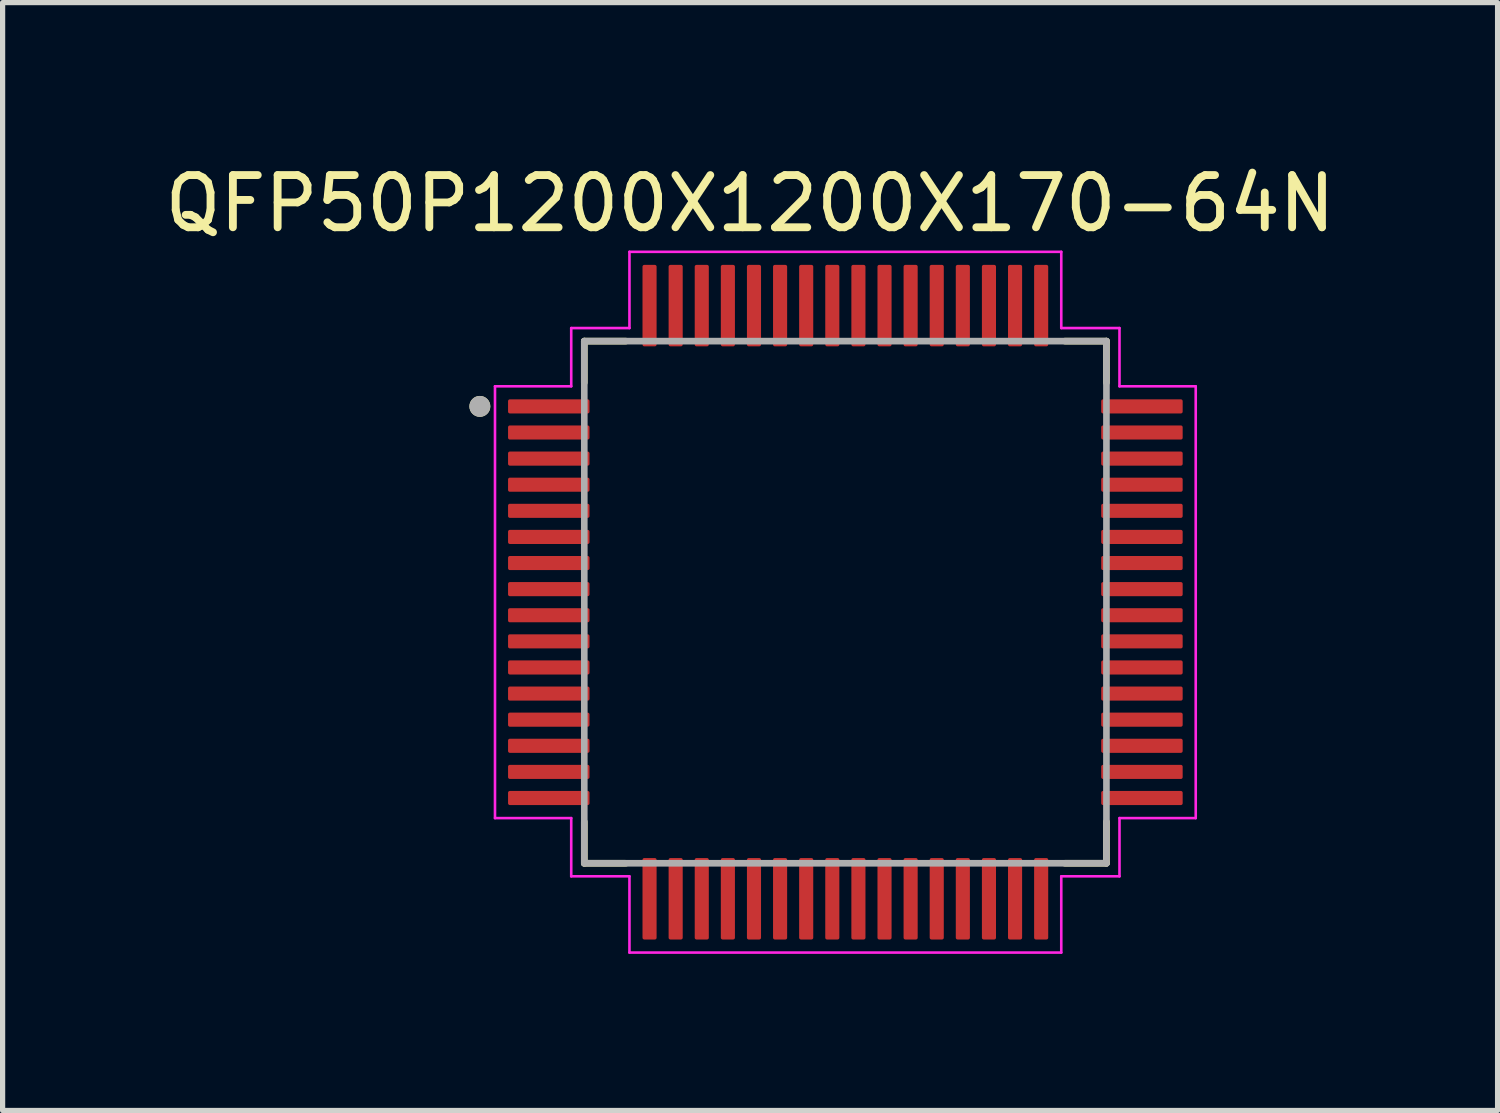
<source format=kicad_pcb>
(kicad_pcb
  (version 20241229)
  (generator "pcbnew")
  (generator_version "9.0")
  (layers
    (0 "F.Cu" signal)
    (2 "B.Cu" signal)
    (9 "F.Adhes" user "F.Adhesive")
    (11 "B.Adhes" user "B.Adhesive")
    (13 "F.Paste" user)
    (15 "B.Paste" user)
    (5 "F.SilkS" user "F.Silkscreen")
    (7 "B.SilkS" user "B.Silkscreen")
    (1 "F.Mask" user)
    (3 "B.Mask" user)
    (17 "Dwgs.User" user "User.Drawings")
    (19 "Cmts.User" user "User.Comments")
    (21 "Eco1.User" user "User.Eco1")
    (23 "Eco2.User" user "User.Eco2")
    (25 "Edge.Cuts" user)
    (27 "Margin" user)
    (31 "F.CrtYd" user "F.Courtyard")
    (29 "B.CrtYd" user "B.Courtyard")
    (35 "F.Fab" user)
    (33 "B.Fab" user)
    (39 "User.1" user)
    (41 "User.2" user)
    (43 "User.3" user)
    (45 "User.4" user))
  (footprint "QFP50P1200X1200X170-64N"
    (layer "F.Cu")
    (at 13.14 8.483)
    (property "Reference" "QFP50P1200X1200X170-64N" (at -1.825 -7.635 0) (layer "F.SilkS") (effects (font (size 1 1) (thickness 0.15))))
    (attr smd)
    (fp_line (start -5 -5) (end -4.205 -5) (stroke (width 0.127) (type solid)) (layer "F.SilkS"))
    (fp_line (start -5 -4.205) (end -5 -5) (stroke (width 0.127) (type solid)) (layer "F.SilkS"))
    (fp_line (start -5 5) (end -5 4.205) (stroke (width 0.127) (type solid)) (layer "F.SilkS"))
    (fp_line (start -4.205 5) (end -5 5) (stroke (width 0.127) (type solid)) (layer "F.SilkS"))
    (fp_line (start 4.205 -5) (end 5 -5) (stroke (width 0.127) (type solid)) (layer "F.SilkS"))
    (fp_line (start 5 -5) (end 5 -4.205) (stroke (width 0.127) (type solid)) (layer "F.SilkS"))
    (fp_line (start 5 4.205) (end 5 5) (stroke (width 0.127) (type solid)) (layer "F.SilkS"))
    (fp_line (start 5 5) (end 4.205 5) (stroke (width 0.127) (type solid)) (layer "F.SilkS"))
    (fp_circle (center -7 -3.75) (end -6.9 -3.75) (stroke (width 0.2) (type solid)) (fill no) (layer "F.SilkS"))
    (fp_line (start -6.71 -4.135) (end -6.71 4.135) (stroke (width 0.05) (type solid)) (layer "F.CrtYd"))
    (fp_line (start -6.71 -4.135) (end -5.25 -4.135) (stroke (width 0.05) (type solid)) (layer "F.CrtYd"))
    (fp_line (start -6.71 4.135) (end -5.25 4.135) (stroke (width 0.05) (type solid)) (layer "F.CrtYd"))
    (fp_line (start -5.25 -5.25) (end -4.135 -5.25) (stroke (width 0.05) (type solid)) (layer "F.CrtYd"))
    (fp_line (start -5.25 -4.135) (end -5.25 -5.25) (stroke (width 0.05) (type solid)) (layer "F.CrtYd"))
    (fp_line (start -5.25 4.135) (end -5.25 5.25) (stroke (width 0.05) (type solid)) (layer "F.CrtYd"))
    (fp_line (start -5.25 5.25) (end -4.135 5.25) (stroke (width 0.05) (type solid)) (layer "F.CrtYd"))
    (fp_line (start -4.135 -6.71) (end -4.135 -5.25) (stroke (width 0.05) (type solid)) (layer "F.CrtYd"))
    (fp_line (start -4.135 -6.71) (end 4.135 -6.71) (stroke (width 0.05) (type solid)) (layer "F.CrtYd"))
    (fp_line (start -4.135 6.71) (end -4.135 5.25) (stroke (width 0.05) (type solid)) (layer "F.CrtYd"))
    (fp_line (start -4.135 6.71) (end 4.135 6.71) (stroke (width 0.05) (type solid)) (layer "F.CrtYd"))
    (fp_line (start 4.135 -6.71) (end 4.135 -5.25) (stroke (width 0.05) (type solid)) (layer "F.CrtYd"))
    (fp_line (start 4.135 -5.25) (end 5.25 -5.25) (stroke (width 0.05) (type solid)) (layer "F.CrtYd"))
    (fp_line (start 4.135 5.25) (end 5.25 5.25) (stroke (width 0.05) (type solid)) (layer "F.CrtYd"))
    (fp_line (start 4.135 6.71) (end 4.135 5.25) (stroke (width 0.05) (type solid)) (layer "F.CrtYd"))
    (fp_line (start 5.25 -5.25) (end 5.25 -4.135) (stroke (width 0.05) (type solid)) (layer "F.CrtYd"))
    (fp_line (start 5.25 5.25) (end 5.25 4.135) (stroke (width 0.05) (type solid)) (layer "F.CrtYd"))
    (fp_line (start 6.71 -4.135) (end 5.25 -4.135) (stroke (width 0.05) (type solid)) (layer "F.CrtYd"))
    (fp_line (start 6.71 -4.135) (end 6.71 4.135) (stroke (width 0.05) (type solid)) (layer "F.CrtYd"))
    (fp_line (start 6.71 4.135) (end 5.25 4.135) (stroke (width 0.05) (type solid)) (layer "F.CrtYd"))
    (fp_line (start -5 -5) (end 5 -5) (stroke (width 0.127) (type solid)) (layer "F.Fab"))
    (fp_line (start -5 5) (end -5 -5) (stroke (width 0.127) (type solid)) (layer "F.Fab"))
    (fp_line (start 5 -5) (end 5 5) (stroke (width 0.127) (type solid)) (layer "F.Fab"))
    (fp_line (start 5 5) (end -5 5) (stroke (width 0.127) (type solid)) (layer "F.Fab"))
    (fp_circle (center -7 -3.75) (end -6.9 -3.75) (stroke (width 0.2) (type solid)) (fill no) (layer "F.Fab"))
    (pad "1" smd roundrect (at -5.68 -3.75) (size 1.56 0.27) (layers "F.Cu" "F.Mask" "F.Paste") (roundrect_rratio 0.125))
    (pad "2" smd roundrect (at -5.68 -3.25) (size 1.56 0.27) (layers "F.Cu" "F.Mask" "F.Paste") (roundrect_rratio 0.125))
    (pad "3" smd roundrect (at -5.68 -2.75) (size 1.56 0.27) (layers "F.Cu" "F.Mask" "F.Paste") (roundrect_rratio 0.125))
    (pad "4" smd roundrect (at -5.68 -2.25) (size 1.56 0.27) (layers "F.Cu" "F.Mask" "F.Paste") (roundrect_rratio 0.125))
    (pad "5" smd roundrect (at -5.68 -1.75) (size 1.56 0.27) (layers "F.Cu" "F.Mask" "F.Paste") (roundrect_rratio 0.125))
    (pad "6" smd roundrect (at -5.68 -1.25) (size 1.56 0.27) (layers "F.Cu" "F.Mask" "F.Paste") (roundrect_rratio 0.125))
    (pad "7" smd roundrect (at -5.68 -0.75) (size 1.56 0.27) (layers "F.Cu" "F.Mask" "F.Paste") (roundrect_rratio 0.125))
    (pad "8" smd roundrect (at -5.68 -0.25) (size 1.56 0.27) (layers "F.Cu" "F.Mask" "F.Paste") (roundrect_rratio 0.125))
    (pad "9" smd roundrect (at -5.68 0.25) (size 1.56 0.27) (layers "F.Cu" "F.Mask" "F.Paste") (roundrect_rratio 0.125))
    (pad "10" smd roundrect (at -5.68 0.75) (size 1.56 0.27) (layers "F.Cu" "F.Mask" "F.Paste") (roundrect_rratio 0.125))
    (pad "11" smd roundrect (at -5.68 1.25) (size 1.56 0.27) (layers "F.Cu" "F.Mask" "F.Paste") (roundrect_rratio 0.125))
    (pad "12" smd roundrect (at -5.68 1.75) (size 1.56 0.27) (layers "F.Cu" "F.Mask" "F.Paste") (roundrect_rratio 0.125))
    (pad "13" smd roundrect (at -5.68 2.25) (size 1.56 0.27) (layers "F.Cu" "F.Mask" "F.Paste") (roundrect_rratio 0.125))
    (pad "14" smd roundrect (at -5.68 2.75) (size 1.56 0.27) (layers "F.Cu" "F.Mask" "F.Paste") (roundrect_rratio 0.125))
    (pad "15" smd roundrect (at -5.68 3.25) (size 1.56 0.27) (layers "F.Cu" "F.Mask" "F.Paste") (roundrect_rratio 0.125))
    (pad "16" smd roundrect (at -5.68 3.75) (size 1.56 0.27) (layers "F.Cu" "F.Mask" "F.Paste") (roundrect_rratio 0.125))
    (pad "17" smd roundrect (at -3.75 5.68) (size 0.27 1.56) (layers "F.Cu" "F.Mask" "F.Paste") (roundrect_rratio 0.125))
    (pad "18" smd roundrect (at -3.25 5.68) (size 0.27 1.56) (layers "F.Cu" "F.Mask" "F.Paste") (roundrect_rratio 0.125))
    (pad "19" smd roundrect (at -2.75 5.68) (size 0.27 1.56) (layers "F.Cu" "F.Mask" "F.Paste") (roundrect_rratio 0.125))
    (pad "20" smd roundrect (at -2.25 5.68) (size 0.27 1.56) (layers "F.Cu" "F.Mask" "F.Paste") (roundrect_rratio 0.125))
    (pad "21" smd roundrect (at -1.75 5.68) (size 0.27 1.56) (layers "F.Cu" "F.Mask" "F.Paste") (roundrect_rratio 0.125))
    (pad "22" smd roundrect (at -1.25 5.68) (size 0.27 1.56) (layers "F.Cu" "F.Mask" "F.Paste") (roundrect_rratio 0.125))
    (pad "23" smd roundrect (at -0.75 5.68) (size 0.27 1.56) (layers "F.Cu" "F.Mask" "F.Paste") (roundrect_rratio 0.125))
    (pad "24" smd roundrect (at -0.25 5.68) (size 0.27 1.56) (layers "F.Cu" "F.Mask" "F.Paste") (roundrect_rratio 0.125))
    (pad "25" smd roundrect (at 0.25 5.68) (size 0.27 1.56) (layers "F.Cu" "F.Mask" "F.Paste") (roundrect_rratio 0.125))
    (pad "26" smd roundrect (at 0.75 5.68) (size 0.27 1.56) (layers "F.Cu" "F.Mask" "F.Paste") (roundrect_rratio 0.125))
    (pad "27" smd roundrect (at 1.25 5.68) (size 0.27 1.56) (layers "F.Cu" "F.Mask" "F.Paste") (roundrect_rratio 0.125))
    (pad "28" smd roundrect (at 1.75 5.68) (size 0.27 1.56) (layers "F.Cu" "F.Mask" "F.Paste") (roundrect_rratio 0.125))
    (pad "29" smd roundrect (at 2.25 5.68) (size 0.27 1.56) (layers "F.Cu" "F.Mask" "F.Paste") (roundrect_rratio 0.125))
    (pad "30" smd roundrect (at 2.75 5.68) (size 0.27 1.56) (layers "F.Cu" "F.Mask" "F.Paste") (roundrect_rratio 0.125))
    (pad "31" smd roundrect (at 3.25 5.68) (size 0.27 1.56) (layers "F.Cu" "F.Mask" "F.Paste") (roundrect_rratio 0.125))
    (pad "32" smd roundrect (at 3.75 5.68) (size 0.27 1.56) (layers "F.Cu" "F.Mask" "F.Paste") (roundrect_rratio 0.125))
    (pad "33" smd roundrect (at 5.68 3.75) (size 1.56 0.27) (layers "F.Cu" "F.Mask" "F.Paste") (roundrect_rratio 0.125))
    (pad "34" smd roundrect (at 5.68 3.25) (size 1.56 0.27) (layers "F.Cu" "F.Mask" "F.Paste") (roundrect_rratio 0.125))
    (pad "35" smd roundrect (at 5.68 2.75) (size 1.56 0.27) (layers "F.Cu" "F.Mask" "F.Paste") (roundrect_rratio 0.125))
    (pad "36" smd roundrect (at 5.68 2.25) (size 1.56 0.27) (layers "F.Cu" "F.Mask" "F.Paste") (roundrect_rratio 0.125))
    (pad "37" smd roundrect (at 5.68 1.75) (size 1.56 0.27) (layers "F.Cu" "F.Mask" "F.Paste") (roundrect_rratio 0.125))
    (pad "38" smd roundrect (at 5.68 1.25) (size 1.56 0.27) (layers "F.Cu" "F.Mask" "F.Paste") (roundrect_rratio 0.125))
    (pad "39" smd roundrect (at 5.68 0.75) (size 1.56 0.27) (layers "F.Cu" "F.Mask" "F.Paste") (roundrect_rratio 0.125))
    (pad "40" smd roundrect (at 5.68 0.25) (size 1.56 0.27) (layers "F.Cu" "F.Mask" "F.Paste") (roundrect_rratio 0.125))
    (pad "41" smd roundrect (at 5.68 -0.25) (size 1.56 0.27) (layers "F.Cu" "F.Mask" "F.Paste") (roundrect_rratio 0.125))
    (pad "42" smd roundrect (at 5.68 -0.75) (size 1.56 0.27) (layers "F.Cu" "F.Mask" "F.Paste") (roundrect_rratio 0.125))
    (pad "43" smd roundrect (at 5.68 -1.25) (size 1.56 0.27) (layers "F.Cu" "F.Mask" "F.Paste") (roundrect_rratio 0.125))
    (pad "44" smd roundrect (at 5.68 -1.75) (size 1.56 0.27) (layers "F.Cu" "F.Mask" "F.Paste") (roundrect_rratio 0.125))
    (pad "45" smd roundrect (at 5.68 -2.25) (size 1.56 0.27) (layers "F.Cu" "F.Mask" "F.Paste") (roundrect_rratio 0.125))
    (pad "46" smd roundrect (at 5.68 -2.75) (size 1.56 0.27) (layers "F.Cu" "F.Mask" "F.Paste") (roundrect_rratio 0.125))
    (pad "47" smd roundrect (at 5.68 -3.25) (size 1.56 0.27) (layers "F.Cu" "F.Mask" "F.Paste") (roundrect_rratio 0.125))
    (pad "48" smd roundrect (at 5.68 -3.75) (size 1.56 0.27) (layers "F.Cu" "F.Mask" "F.Paste") (roundrect_rratio 0.125))
    (pad "49" smd roundrect (at 3.75 -5.68) (size 0.27 1.56) (layers "F.Cu" "F.Mask" "F.Paste") (roundrect_rratio 0.125))
    (pad "50" smd roundrect (at 3.25 -5.68) (size 0.27 1.56) (layers "F.Cu" "F.Mask" "F.Paste") (roundrect_rratio 0.125))
    (pad "51" smd roundrect (at 2.75 -5.68) (size 0.27 1.56) (layers "F.Cu" "F.Mask" "F.Paste") (roundrect_rratio 0.125))
    (pad "52" smd roundrect (at 2.25 -5.68) (size 0.27 1.56) (layers "F.Cu" "F.Mask" "F.Paste") (roundrect_rratio 0.125))
    (pad "53" smd roundrect (at 1.75 -5.68) (size 0.27 1.56) (layers "F.Cu" "F.Mask" "F.Paste") (roundrect_rratio 0.125))
    (pad "54" smd roundrect (at 1.25 -5.68) (size 0.27 1.56) (layers "F.Cu" "F.Mask" "F.Paste") (roundrect_rratio 0.125))
    (pad "55" smd roundrect (at 0.75 -5.68) (size 0.27 1.56) (layers "F.Cu" "F.Mask" "F.Paste") (roundrect_rratio 0.125))
    (pad "56" smd roundrect (at 0.25 -5.68) (size 0.27 1.56) (layers "F.Cu" "F.Mask" "F.Paste") (roundrect_rratio 0.125))
    (pad "57" smd roundrect (at -0.25 -5.68) (size 0.27 1.56) (layers "F.Cu" "F.Mask" "F.Paste") (roundrect_rratio 0.125))
    (pad "58" smd roundrect (at -0.75 -5.68) (size 0.27 1.56) (layers "F.Cu" "F.Mask" "F.Paste") (roundrect_rratio 0.125))
    (pad "59" smd roundrect (at -1.25 -5.68) (size 0.27 1.56) (layers "F.Cu" "F.Mask" "F.Paste") (roundrect_rratio 0.125))
    (pad "60" smd roundrect (at -1.75 -5.68) (size 0.27 1.56) (layers "F.Cu" "F.Mask" "F.Paste") (roundrect_rratio 0.125))
    (pad "61" smd roundrect (at -2.25 -5.68) (size 0.27 1.56) (layers "F.Cu" "F.Mask" "F.Paste") (roundrect_rratio 0.125))
    (pad "62" smd roundrect (at -2.75 -5.68) (size 0.27 1.56) (layers "F.Cu" "F.Mask" "F.Paste") (roundrect_rratio 0.125))
    (pad "63" smd roundrect (at -3.25 -5.68) (size 0.27 1.56) (layers "F.Cu" "F.Mask" "F.Paste") (roundrect_rratio 0.125))
    (pad "64" smd roundrect (at -3.75 -5.68) (size 0.27 1.56) (layers "F.Cu" "F.Mask" "F.Paste") (roundrect_rratio 0.125)))
  (gr_rect
    (start -3 -3)
    (end 25.631 18.218)
    (stroke (width 0.1) (type default))
    (fill no)
    (layer "Edge.Cuts")))
</source>
